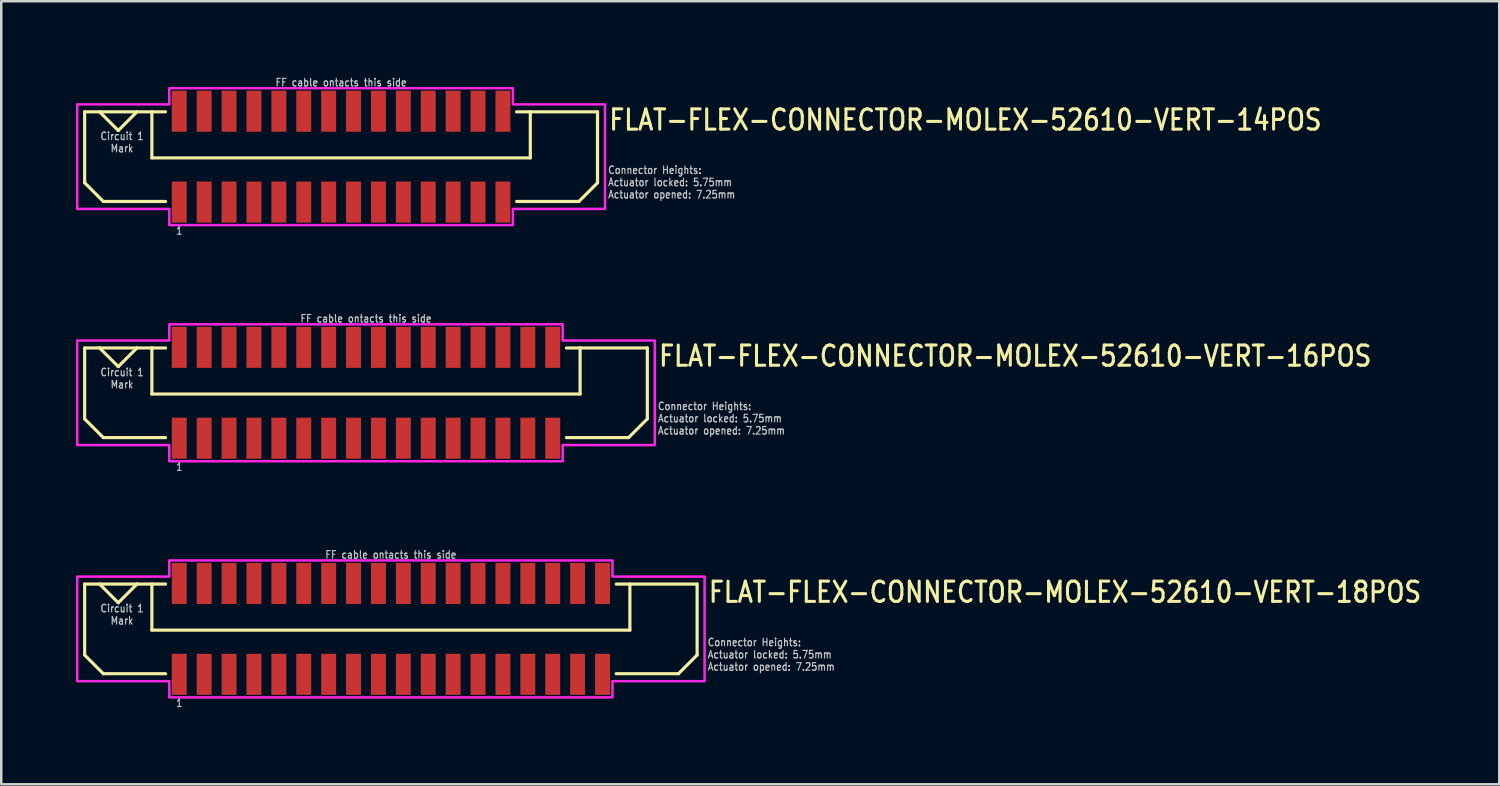
<source format=kicad_pcb>
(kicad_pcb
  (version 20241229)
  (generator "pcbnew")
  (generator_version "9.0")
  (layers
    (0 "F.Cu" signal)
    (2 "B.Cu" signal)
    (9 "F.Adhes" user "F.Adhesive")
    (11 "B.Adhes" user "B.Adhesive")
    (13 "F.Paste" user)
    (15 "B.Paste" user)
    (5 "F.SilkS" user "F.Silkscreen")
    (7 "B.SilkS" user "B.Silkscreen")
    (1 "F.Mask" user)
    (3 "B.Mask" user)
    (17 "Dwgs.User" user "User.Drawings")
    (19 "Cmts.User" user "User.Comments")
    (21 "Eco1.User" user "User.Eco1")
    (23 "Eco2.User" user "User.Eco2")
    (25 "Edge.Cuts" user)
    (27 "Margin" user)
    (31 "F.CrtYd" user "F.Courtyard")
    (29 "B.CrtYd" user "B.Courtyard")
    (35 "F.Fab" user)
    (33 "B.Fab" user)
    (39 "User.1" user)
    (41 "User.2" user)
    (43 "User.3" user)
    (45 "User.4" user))
  (footprint "FLAT-FLEX-CONNECTOR-MOLEX-52610-VERT-16POS"
    (layer "F.Cu")
    (at 11.65 12.726)
    (property "Reference" "FLAT-FLEX-CONNECTOR-MOLEX-52610-VERT-16POS" (at 11.7 -1 0) (unlocked yes) (layer "F.SilkS") (effects (font (size 0.813 0.695) (thickness 0.122)) (justify left bottom)))
    (fp_line (start -11.3 -1.8) (end -11.3 1.05) (stroke (width 0.127) (type solid)) (layer "F.SilkS"))
    (fp_line (start -11.3 1.05) (end -10.55 1.8) (stroke (width 0.127) (type solid)) (layer "F.SilkS"))
    (fp_line (start -10.7 -1.8) (end -11.3 -1.8) (stroke (width 0.127) (type solid)) (layer "F.SilkS"))
    (fp_line (start -10.7 -1.8) (end -9.95 -1.05) (stroke (width 0.127) (type solid)) (layer "F.SilkS"))
    (fp_line (start -10.55 1.8) (end -8.05 1.8) (stroke (width 0.127) (type solid)) (layer "F.SilkS"))
    (fp_line (start -9.95 -1.05) (end -9.2 -1.8) (stroke (width 0.127) (type solid)) (layer "F.SilkS"))
    (fp_line (start -9.2 -1.8) (end -10.7 -1.8) (stroke (width 0.127) (type solid)) (layer "F.SilkS"))
    (fp_line (start -8.6 -1.8) (end -9.2 -1.8) (stroke (width 0.127) (type solid)) (layer "F.SilkS"))
    (fp_line (start -8.6 -1.8) (end -8.6 0.05) (stroke (width 0.127) (type solid)) (layer "F.SilkS"))
    (fp_line (start -8.6 0.05) (end 8.6 0.05) (stroke (width 0.127) (type solid)) (layer "F.SilkS"))
    (fp_line (start -8.05 -1.8) (end -8.6 -1.8) (stroke (width 0.127) (type solid)) (layer "F.SilkS"))
    (fp_line (start 8.05 -1.8) (end 8.6 -1.8) (stroke (width 0.127) (type solid)) (layer "F.SilkS"))
    (fp_line (start 8.6 -1.8) (end 11.3 -1.8) (stroke (width 0.127) (type solid)) (layer "F.SilkS"))
    (fp_line (start 8.6 0.05) (end 8.6 -1.8) (stroke (width 0.127) (type solid)) (layer "F.SilkS"))
    (fp_line (start 10.55 1.8) (end 8.05 1.8) (stroke (width 0.127) (type solid)) (layer "F.SilkS"))
    (fp_line (start 11.3 -1.8) (end 11.3 1.05) (stroke (width 0.127) (type solid)) (layer "F.SilkS"))
    (fp_line (start 11.3 1.05) (end 10.55 1.8) (stroke (width 0.127) (type solid)) (layer "F.SilkS"))
    (fp_poly (pts (xy -11.6 -2.1) (xy -7.9 -2.1) (xy -7.9 -2.75) (xy 7.9 -2.75) (xy 7.9 -2.1) (xy 11.6 -2.1) (xy 11.6 2.1) (xy 7.9 2.1) (xy 7.9 2.75) (xy -7.9 2.75) (xy -7.9 2.1) (xy -11.6 2.1)) (stroke (width 0.1) (type solid)) (fill no) (layer "F.CrtYd"))
    (fp_text user "FF cable ontacts this side" (at 0 -2.8 0) (unlocked yes) (layer "Dwgs.User") (effects (font (size 0.305 0.261) (thickness 0.046)) (justify bottom)))
    (fp_text user "Circuit 1\nMark" (at -9.8 -1 0) (unlocked yes) (layer "Dwgs.User") (effects (font (size 0.305 0.261) (thickness 0.046)) (justify top)))
    (fp_text user "Connector Heights:\nActuator locked: 5.75mm\nActuator opened: 7.25mm" (at 11.7 1.7 0) (unlocked yes) (layer "Dwgs.User") (effects (font (size 0.305 0.261) (thickness 0.046)) (justify left bottom)))
    (fp_text user "1" (at -7.5 2.8 0) (unlocked yes) (layer "Dwgs.User") (effects (font (size 0.305 0.261) (thickness 0.046)) (justify top)))
    (pad "PC1" smd rect (at -7.5 -1.825) (size 0.6 1.65) (layers "F.Cu" "F.Mask" "F.Paste"))
    (pad "PC2" smd rect (at -6.5 -1.825) (size 0.6 1.65) (layers "F.Cu" "F.Mask" "F.Paste"))
    (pad "PC3" smd rect (at -5.5 -1.825) (size 0.6 1.65) (layers "F.Cu" "F.Mask" "F.Paste"))
    (pad "PC4" smd rect (at -4.5 -1.825) (size 0.6 1.65) (layers "F.Cu" "F.Mask" "F.Paste"))
    (pad "PC5" smd rect (at -3.5 -1.825) (size 0.6 1.65) (layers "F.Cu" "F.Mask" "F.Paste"))
    (pad "PC6" smd rect (at -2.5 -1.825) (size 0.6 1.65) (layers "F.Cu" "F.Mask" "F.Paste"))
    (pad "PC7" smd rect (at -1.5 -1.825) (size 0.6 1.65) (layers "F.Cu" "F.Mask" "F.Paste"))
    (pad "PC8" smd rect (at -0.5 -1.825) (size 0.6 1.65) (layers "F.Cu" "F.Mask" "F.Paste"))
    (pad "PC9" smd rect (at 0.5 -1.825) (size 0.6 1.65) (layers "F.Cu" "F.Mask" "F.Paste"))
    (pad "PC10" smd rect (at 1.5 -1.825) (size 0.6 1.65) (layers "F.Cu" "F.Mask" "F.Paste"))
    (pad "PC11" smd rect (at 2.5 -1.825) (size 0.6 1.65) (layers "F.Cu" "F.Mask" "F.Paste"))
    (pad "PC12" smd rect (at 3.5 -1.825) (size 0.6 1.65) (layers "F.Cu" "F.Mask" "F.Paste"))
    (pad "PC13" smd rect (at 4.5 -1.825) (size 0.6 1.65) (layers "F.Cu" "F.Mask" "F.Paste"))
    (pad "PC14" smd rect (at 5.5 -1.825) (size 0.6 1.65) (layers "F.Cu" "F.Mask" "F.Paste"))
    (pad "PC15" smd rect (at 6.5 -1.825) (size 0.6 1.65) (layers "F.Cu" "F.Mask" "F.Paste"))
    (pad "PC16" smd rect (at 7.5 -1.825) (size 0.6 1.65) (layers "F.Cu" "F.Mask" "F.Paste"))
    (pad "PS1" smd rect (at -7.5 1.825) (size 0.6 1.65) (layers "F.Cu" "F.Mask" "F.Paste"))
    (pad "PS2" smd rect (at -6.5 1.825) (size 0.6 1.65) (layers "F.Cu" "F.Mask" "F.Paste"))
    (pad "PS3" smd rect (at -5.5 1.825) (size 0.6 1.65) (layers "F.Cu" "F.Mask" "F.Paste"))
    (pad "PS4" smd rect (at -4.5 1.825) (size 0.6 1.65) (layers "F.Cu" "F.Mask" "F.Paste"))
    (pad "PS5" smd rect (at -3.5 1.825) (size 0.6 1.65) (layers "F.Cu" "F.Mask" "F.Paste"))
    (pad "PS6" smd rect (at -2.5 1.825) (size 0.6 1.65) (layers "F.Cu" "F.Mask" "F.Paste"))
    (pad "PS7" smd rect (at -1.5 1.825) (size 0.6 1.65) (layers "F.Cu" "F.Mask" "F.Paste"))
    (pad "PS8" smd rect (at -0.5 1.825) (size 0.6 1.65) (layers "F.Cu" "F.Mask" "F.Paste"))
    (pad "PS9" smd rect (at 0.5 1.825) (size 0.6 1.65) (layers "F.Cu" "F.Mask" "F.Paste"))
    (pad "PS10" smd rect (at 1.5 1.825) (size 0.6 1.65) (layers "F.Cu" "F.Mask" "F.Paste"))
    (pad "PS11" smd rect (at 2.5 1.825) (size 0.6 1.65) (layers "F.Cu" "F.Mask" "F.Paste"))
    (pad "PS12" smd rect (at 3.5 1.825) (size 0.6 1.65) (layers "F.Cu" "F.Mask" "F.Paste"))
    (pad "PS13" smd rect (at 4.5 1.825) (size 0.6 1.65) (layers "F.Cu" "F.Mask" "F.Paste"))
    (pad "PS14" smd rect (at 5.5 1.825) (size 0.6 1.65) (layers "F.Cu" "F.Mask" "F.Paste"))
    (pad "PS15" smd rect (at 6.5 1.825) (size 0.6 1.65) (layers "F.Cu" "F.Mask" "F.Paste"))
    (pad "PS16" smd rect (at 7.5 1.825) (size 0.6 1.65) (layers "F.Cu" "F.Mask" "F.Paste")))
  (footprint "FLAT-FLEX-CONNECTOR-MOLEX-52610-VERT-18POS"
    (layer "F.Cu")
    (at 12.65 22.21)
    (property "Reference" "FLAT-FLEX-CONNECTOR-MOLEX-52610-VERT-18POS" (at 12.7 -1 0) (unlocked yes) (layer "F.SilkS") (effects (font (size 0.813 0.695) (thickness 0.122)) (justify left bottom)))
    (fp_line (start -12.3 -1.8) (end -12.3 1.05) (stroke (width 0.127) (type solid)) (layer "F.SilkS"))
    (fp_line (start -12.3 1.05) (end -11.55 1.8) (stroke (width 0.127) (type solid)) (layer "F.SilkS"))
    (fp_line (start -11.7 -1.8) (end -12.3 -1.8) (stroke (width 0.127) (type solid)) (layer "F.SilkS"))
    (fp_line (start -11.7 -1.8) (end -10.95 -1.05) (stroke (width 0.127) (type solid)) (layer "F.SilkS"))
    (fp_line (start -11.55 1.8) (end -9.05 1.8) (stroke (width 0.127) (type solid)) (layer "F.SilkS"))
    (fp_line (start -10.95 -1.05) (end -10.2 -1.8) (stroke (width 0.127) (type solid)) (layer "F.SilkS"))
    (fp_line (start -10.2 -1.8) (end -11.7 -1.8) (stroke (width 0.127) (type solid)) (layer "F.SilkS"))
    (fp_line (start -9.6 -1.8) (end -10.2 -1.8) (stroke (width 0.127) (type solid)) (layer "F.SilkS"))
    (fp_line (start -9.6 -1.8) (end -9.6 0.05) (stroke (width 0.127) (type solid)) (layer "F.SilkS"))
    (fp_line (start -9.6 0.05) (end 9.6 0.05) (stroke (width 0.127) (type solid)) (layer "F.SilkS"))
    (fp_line (start -9.05 -1.8) (end -9.6 -1.8) (stroke (width 0.127) (type solid)) (layer "F.SilkS"))
    (fp_line (start 9.05 -1.8) (end 9.6 -1.8) (stroke (width 0.127) (type solid)) (layer "F.SilkS"))
    (fp_line (start 9.6 -1.8) (end 12.3 -1.8) (stroke (width 0.127) (type solid)) (layer "F.SilkS"))
    (fp_line (start 9.6 0.05) (end 9.6 -1.8) (stroke (width 0.127) (type solid)) (layer "F.SilkS"))
    (fp_line (start 11.55 1.8) (end 9.05 1.8) (stroke (width 0.127) (type solid)) (layer "F.SilkS"))
    (fp_line (start 12.3 -1.8) (end 12.3 1.05) (stroke (width 0.127) (type solid)) (layer "F.SilkS"))
    (fp_line (start 12.3 1.05) (end 11.55 1.8) (stroke (width 0.127) (type solid)) (layer "F.SilkS"))
    (fp_poly (pts (xy -12.6 -2.1) (xy -8.9 -2.1) (xy -8.9 -2.75) (xy 8.9 -2.75) (xy 8.9 -2.1) (xy 12.6 -2.1) (xy 12.6 2.1) (xy 8.9 2.1) (xy 8.9 2.75) (xy -8.9 2.75) (xy -8.9 2.1) (xy -12.6 2.1)) (stroke (width 0.1) (type solid)) (fill no) (layer "F.CrtYd"))
    (fp_text user "FF cable ontacts this side" (at 0 -2.8 0) (unlocked yes) (layer "Dwgs.User") (effects (font (size 0.305 0.261) (thickness 0.046)) (justify bottom)))
    (fp_text user "Connector Heights:\nActuator locked: 5.75mm\nActuator opened: 7.25mm" (at 12.7 1.7 0) (unlocked yes) (layer "Dwgs.User") (effects (font (size 0.305 0.261) (thickness 0.046)) (justify left bottom)))
    (fp_text user "1" (at -8.5 2.8 0) (unlocked yes) (layer "Dwgs.User") (effects (font (size 0.305 0.261) (thickness 0.046)) (justify top)))
    (fp_text user "Circuit 1\nMark" (at -10.8 -1 0) (unlocked yes) (layer "Dwgs.User") (effects (font (size 0.305 0.261) (thickness 0.046)) (justify top)))
    (pad "PC1" smd rect (at -8.5 -1.825) (size 0.6 1.65) (layers "F.Cu" "F.Mask" "F.Paste"))
    (pad "PC2" smd rect (at -7.5 -1.825) (size 0.6 1.65) (layers "F.Cu" "F.Mask" "F.Paste"))
    (pad "PC3" smd rect (at -6.5 -1.825) (size 0.6 1.65) (layers "F.Cu" "F.Mask" "F.Paste"))
    (pad "PC4" smd rect (at -5.5 -1.825) (size 0.6 1.65) (layers "F.Cu" "F.Mask" "F.Paste"))
    (pad "PC5" smd rect (at -4.5 -1.825) (size 0.6 1.65) (layers "F.Cu" "F.Mask" "F.Paste"))
    (pad "PC6" smd rect (at -3.5 -1.825) (size 0.6 1.65) (layers "F.Cu" "F.Mask" "F.Paste"))
    (pad "PC7" smd rect (at -2.5 -1.825) (size 0.6 1.65) (layers "F.Cu" "F.Mask" "F.Paste"))
    (pad "PC8" smd rect (at -1.5 -1.825) (size 0.6 1.65) (layers "F.Cu" "F.Mask" "F.Paste"))
    (pad "PC9" smd rect (at -0.5 -1.825) (size 0.6 1.65) (layers "F.Cu" "F.Mask" "F.Paste"))
    (pad "PC10" smd rect (at 0.5 -1.825) (size 0.6 1.65) (layers "F.Cu" "F.Mask" "F.Paste"))
    (pad "PC11" smd rect (at 1.5 -1.825) (size 0.6 1.65) (layers "F.Cu" "F.Mask" "F.Paste"))
    (pad "PC12" smd rect (at 2.5 -1.825) (size 0.6 1.65) (layers "F.Cu" "F.Mask" "F.Paste"))
    (pad "PC13" smd rect (at 3.5 -1.825) (size 0.6 1.65) (layers "F.Cu" "F.Mask" "F.Paste"))
    (pad "PC14" smd rect (at 4.5 -1.825) (size 0.6 1.65) (layers "F.Cu" "F.Mask" "F.Paste"))
    (pad "PC15" smd rect (at 5.5 -1.825) (size 0.6 1.65) (layers "F.Cu" "F.Mask" "F.Paste"))
    (pad "PC16" smd rect (at 6.5 -1.825) (size 0.6 1.65) (layers "F.Cu" "F.Mask" "F.Paste"))
    (pad "PC17" smd rect (at 7.5 -1.825) (size 0.6 1.65) (layers "F.Cu" "F.Mask" "F.Paste"))
    (pad "PC18" smd rect (at 8.5 -1.825) (size 0.6 1.65) (layers "F.Cu" "F.Mask" "F.Paste"))
    (pad "PS1" smd rect (at -8.5 1.825) (size 0.6 1.65) (layers "F.Cu" "F.Mask" "F.Paste"))
    (pad "PS2" smd rect (at -7.5 1.825) (size 0.6 1.65) (layers "F.Cu" "F.Mask" "F.Paste"))
    (pad "PS3" smd rect (at -6.5 1.825) (size 0.6 1.65) (layers "F.Cu" "F.Mask" "F.Paste"))
    (pad "PS4" smd rect (at -5.5 1.825) (size 0.6 1.65) (layers "F.Cu" "F.Mask" "F.Paste"))
    (pad "PS5" smd rect (at -4.5 1.825) (size 0.6 1.65) (layers "F.Cu" "F.Mask" "F.Paste"))
    (pad "PS6" smd rect (at -3.5 1.825) (size 0.6 1.65) (layers "F.Cu" "F.Mask" "F.Paste"))
    (pad "PS7" smd rect (at -2.5 1.825) (size 0.6 1.65) (layers "F.Cu" "F.Mask" "F.Paste"))
    (pad "PS8" smd rect (at -1.5 1.825) (size 0.6 1.65) (layers "F.Cu" "F.Mask" "F.Paste"))
    (pad "PS9" smd rect (at -0.5 1.825) (size 0.6 1.65) (layers "F.Cu" "F.Mask" "F.Paste"))
    (pad "PS10" smd rect (at 0.5 1.825) (size 0.6 1.65) (layers "F.Cu" "F.Mask" "F.Paste"))
    (pad "PS11" smd rect (at 1.5 1.825) (size 0.6 1.65) (layers "F.Cu" "F.Mask" "F.Paste"))
    (pad "PS12" smd rect (at 2.5 1.825) (size 0.6 1.65) (layers "F.Cu" "F.Mask" "F.Paste"))
    (pad "PS13" smd rect (at 3.5 1.825) (size 0.6 1.65) (layers "F.Cu" "F.Mask" "F.Paste"))
    (pad "PS14" smd rect (at 4.5 1.825) (size 0.6 1.65) (layers "F.Cu" "F.Mask" "F.Paste"))
    (pad "PS15" smd rect (at 5.5 1.825) (size 0.6 1.65) (layers "F.Cu" "F.Mask" "F.Paste"))
    (pad "PS16" smd rect (at 6.5 1.825) (size 0.6 1.65) (layers "F.Cu" "F.Mask" "F.Paste"))
    (pad "PS17" smd rect (at 7.5 1.825) (size 0.6 1.65) (layers "F.Cu" "F.Mask" "F.Paste"))
    (pad "PS18" smd rect (at 8.5 1.825) (size 0.6 1.65) (layers "F.Cu" "F.Mask" "F.Paste")))
  (footprint "FLAT-FLEX-CONNECTOR-MOLEX-52610-VERT-14POS"
    (layer "F.Cu")
    (at 10.65 3.242)
    (property "Reference" "FLAT-FLEX-CONNECTOR-MOLEX-52610-VERT-14POS" (at 10.7 -1 0) (unlocked yes) (layer "F.SilkS") (effects (font (size 0.813 0.695) (thickness 0.122)) (justify left bottom)))
    (fp_line (start -10.3 -1.8) (end -10.3 1.05) (stroke (width 0.127) (type solid)) (layer "F.SilkS"))
    (fp_line (start -10.3 1.05) (end -9.55 1.8) (stroke (width 0.127) (type solid)) (layer "F.SilkS"))
    (fp_line (start -9.7 -1.8) (end -10.3 -1.8) (stroke (width 0.127) (type solid)) (layer "F.SilkS"))
    (fp_line (start -9.7 -1.8) (end -8.95 -1.05) (stroke (width 0.127) (type solid)) (layer "F.SilkS"))
    (fp_line (start -9.55 1.8) (end -7.05 1.8) (stroke (width 0.127) (type solid)) (layer "F.SilkS"))
    (fp_line (start -8.95 -1.05) (end -8.2 -1.8) (stroke (width 0.127) (type solid)) (layer "F.SilkS"))
    (fp_line (start -8.2 -1.8) (end -9.7 -1.8) (stroke (width 0.127) (type solid)) (layer "F.SilkS"))
    (fp_line (start -7.6 -1.8) (end -8.2 -1.8) (stroke (width 0.127) (type solid)) (layer "F.SilkS"))
    (fp_line (start -7.6 -1.8) (end -7.6 0.05) (stroke (width 0.127) (type solid)) (layer "F.SilkS"))
    (fp_line (start -7.6 0.05) (end 7.6 0.05) (stroke (width 0.127) (type solid)) (layer "F.SilkS"))
    (fp_line (start -7.05 -1.8) (end -7.6 -1.8) (stroke (width 0.127) (type solid)) (layer "F.SilkS"))
    (fp_line (start 7.05 -1.8) (end 7.6 -1.8) (stroke (width 0.127) (type solid)) (layer "F.SilkS"))
    (fp_line (start 7.6 -1.8) (end 10.3 -1.8) (stroke (width 0.127) (type solid)) (layer "F.SilkS"))
    (fp_line (start 7.6 0.05) (end 7.6 -1.8) (stroke (width 0.127) (type solid)) (layer "F.SilkS"))
    (fp_line (start 9.55 1.8) (end 7.05 1.8) (stroke (width 0.127) (type solid)) (layer "F.SilkS"))
    (fp_line (start 10.3 -1.8) (end 10.3 1.05) (stroke (width 0.127) (type solid)) (layer "F.SilkS"))
    (fp_line (start 10.3 1.05) (end 9.55 1.8) (stroke (width 0.127) (type solid)) (layer "F.SilkS"))
    (fp_poly (pts (xy -10.6 -2.1) (xy -6.9 -2.1) (xy -6.9 -2.75) (xy 6.9 -2.75) (xy 6.9 -2.1) (xy 10.6 -2.1) (xy 10.6 2.1) (xy 6.9 2.1) (xy 6.9 2.75) (xy -6.9 2.75) (xy -6.9 2.1) (xy -10.6 2.1)) (stroke (width 0.1) (type solid)) (fill no) (layer "F.CrtYd"))
    (fp_text user "FF cable ontacts this side" (at 0 -2.8 0) (unlocked yes) (layer "Dwgs.User") (effects (font (size 0.305 0.261) (thickness 0.046)) (justify bottom)))
    (fp_text user "Circuit 1\nMark" (at -8.8 -1 0) (unlocked yes) (layer "Dwgs.User") (effects (font (size 0.305 0.261) (thickness 0.046)) (justify top)))
    (fp_text user "Connector Heights:\nActuator locked: 5.75mm\nActuator opened: 7.25mm" (at 10.7 1.7 0) (unlocked yes) (layer "Dwgs.User") (effects (font (size 0.305 0.261) (thickness 0.046)) (justify left bottom)))
    (fp_text user "1" (at -6.5 2.8 0) (unlocked yes) (layer "Dwgs.User") (effects (font (size 0.305 0.261) (thickness 0.046)) (justify top)))
    (pad "PC1" smd rect (at -6.5 -1.825) (size 0.6 1.65) (layers "F.Cu" "F.Mask" "F.Paste"))
    (pad "PC2" smd rect (at -5.5 -1.825) (size 0.6 1.65) (layers "F.Cu" "F.Mask" "F.Paste"))
    (pad "PC3" smd rect (at -4.5 -1.825) (size 0.6 1.65) (layers "F.Cu" "F.Mask" "F.Paste"))
    (pad "PC4" smd rect (at -3.5 -1.825) (size 0.6 1.65) (layers "F.Cu" "F.Mask" "F.Paste"))
    (pad "PC5" smd rect (at -2.5 -1.825) (size 0.6 1.65) (layers "F.Cu" "F.Mask" "F.Paste"))
    (pad "PC6" smd rect (at -1.5 -1.825) (size 0.6 1.65) (layers "F.Cu" "F.Mask" "F.Paste"))
    (pad "PC7" smd rect (at -0.5 -1.825) (size 0.6 1.65) (layers "F.Cu" "F.Mask" "F.Paste"))
    (pad "PC8" smd rect (at 0.5 -1.825) (size 0.6 1.65) (layers "F.Cu" "F.Mask" "F.Paste"))
    (pad "PC9" smd rect (at 1.5 -1.825) (size 0.6 1.65) (layers "F.Cu" "F.Mask" "F.Paste"))
    (pad "PC10" smd rect (at 2.5 -1.825) (size 0.6 1.65) (layers "F.Cu" "F.Mask" "F.Paste"))
    (pad "PC11" smd rect (at 3.5 -1.825) (size 0.6 1.65) (layers "F.Cu" "F.Mask" "F.Paste"))
    (pad "PC12" smd rect (at 4.5 -1.825) (size 0.6 1.65) (layers "F.Cu" "F.Mask" "F.Paste"))
    (pad "PC13" smd rect (at 5.5 -1.825) (size 0.6 1.65) (layers "F.Cu" "F.Mask" "F.Paste"))
    (pad "PC14" smd rect (at 6.5 -1.825) (size 0.6 1.65) (layers "F.Cu" "F.Mask" "F.Paste"))
    (pad "PS1" smd rect (at -6.5 1.825) (size 0.6 1.65) (layers "F.Cu" "F.Mask" "F.Paste"))
    (pad "PS2" smd rect (at -5.5 1.825) (size 0.6 1.65) (layers "F.Cu" "F.Mask" "F.Paste"))
    (pad "PS3" smd rect (at -4.5 1.825) (size 0.6 1.65) (layers "F.Cu" "F.Mask" "F.Paste"))
    (pad "PS4" smd rect (at -3.5 1.825) (size 0.6 1.65) (layers "F.Cu" "F.Mask" "F.Paste"))
    (pad "PS5" smd rect (at -2.5 1.825) (size 0.6 1.65) (layers "F.Cu" "F.Mask" "F.Paste"))
    (pad "PS6" smd rect (at -1.5 1.825) (size 0.6 1.65) (layers "F.Cu" "F.Mask" "F.Paste"))
    (pad "PS7" smd rect (at -0.5 1.825) (size 0.6 1.65) (layers "F.Cu" "F.Mask" "F.Paste"))
    (pad "PS8" smd rect (at 0.5 1.825) (size 0.6 1.65) (layers "F.Cu" "F.Mask" "F.Paste"))
    (pad "PS9" smd rect (at 1.5 1.825) (size 0.6 1.65) (layers "F.Cu" "F.Mask" "F.Paste"))
    (pad "PS10" smd rect (at 2.5 1.825) (size 0.6 1.65) (layers "F.Cu" "F.Mask" "F.Paste"))
    (pad "PS11" smd rect (at 3.5 1.825) (size 0.6 1.65) (layers "F.Cu" "F.Mask" "F.Paste"))
    (pad "PS12" smd rect (at 4.5 1.825) (size 0.6 1.65) (layers "F.Cu" "F.Mask" "F.Paste"))
    (pad "PS13" smd rect (at 5.5 1.825) (size 0.6 1.65) (layers "F.Cu" "F.Mask" "F.Paste"))
    (pad "PS14" smd rect (at 6.5 1.825) (size 0.6 1.65) (layers "F.Cu" "F.Mask" "F.Paste")))
  (gr_rect
    (start -3 -3)
    (end 57.169 28.452)
    (stroke (width 0.1) (type default))
    (fill no)
    (layer "Edge.Cuts")))
</source>
